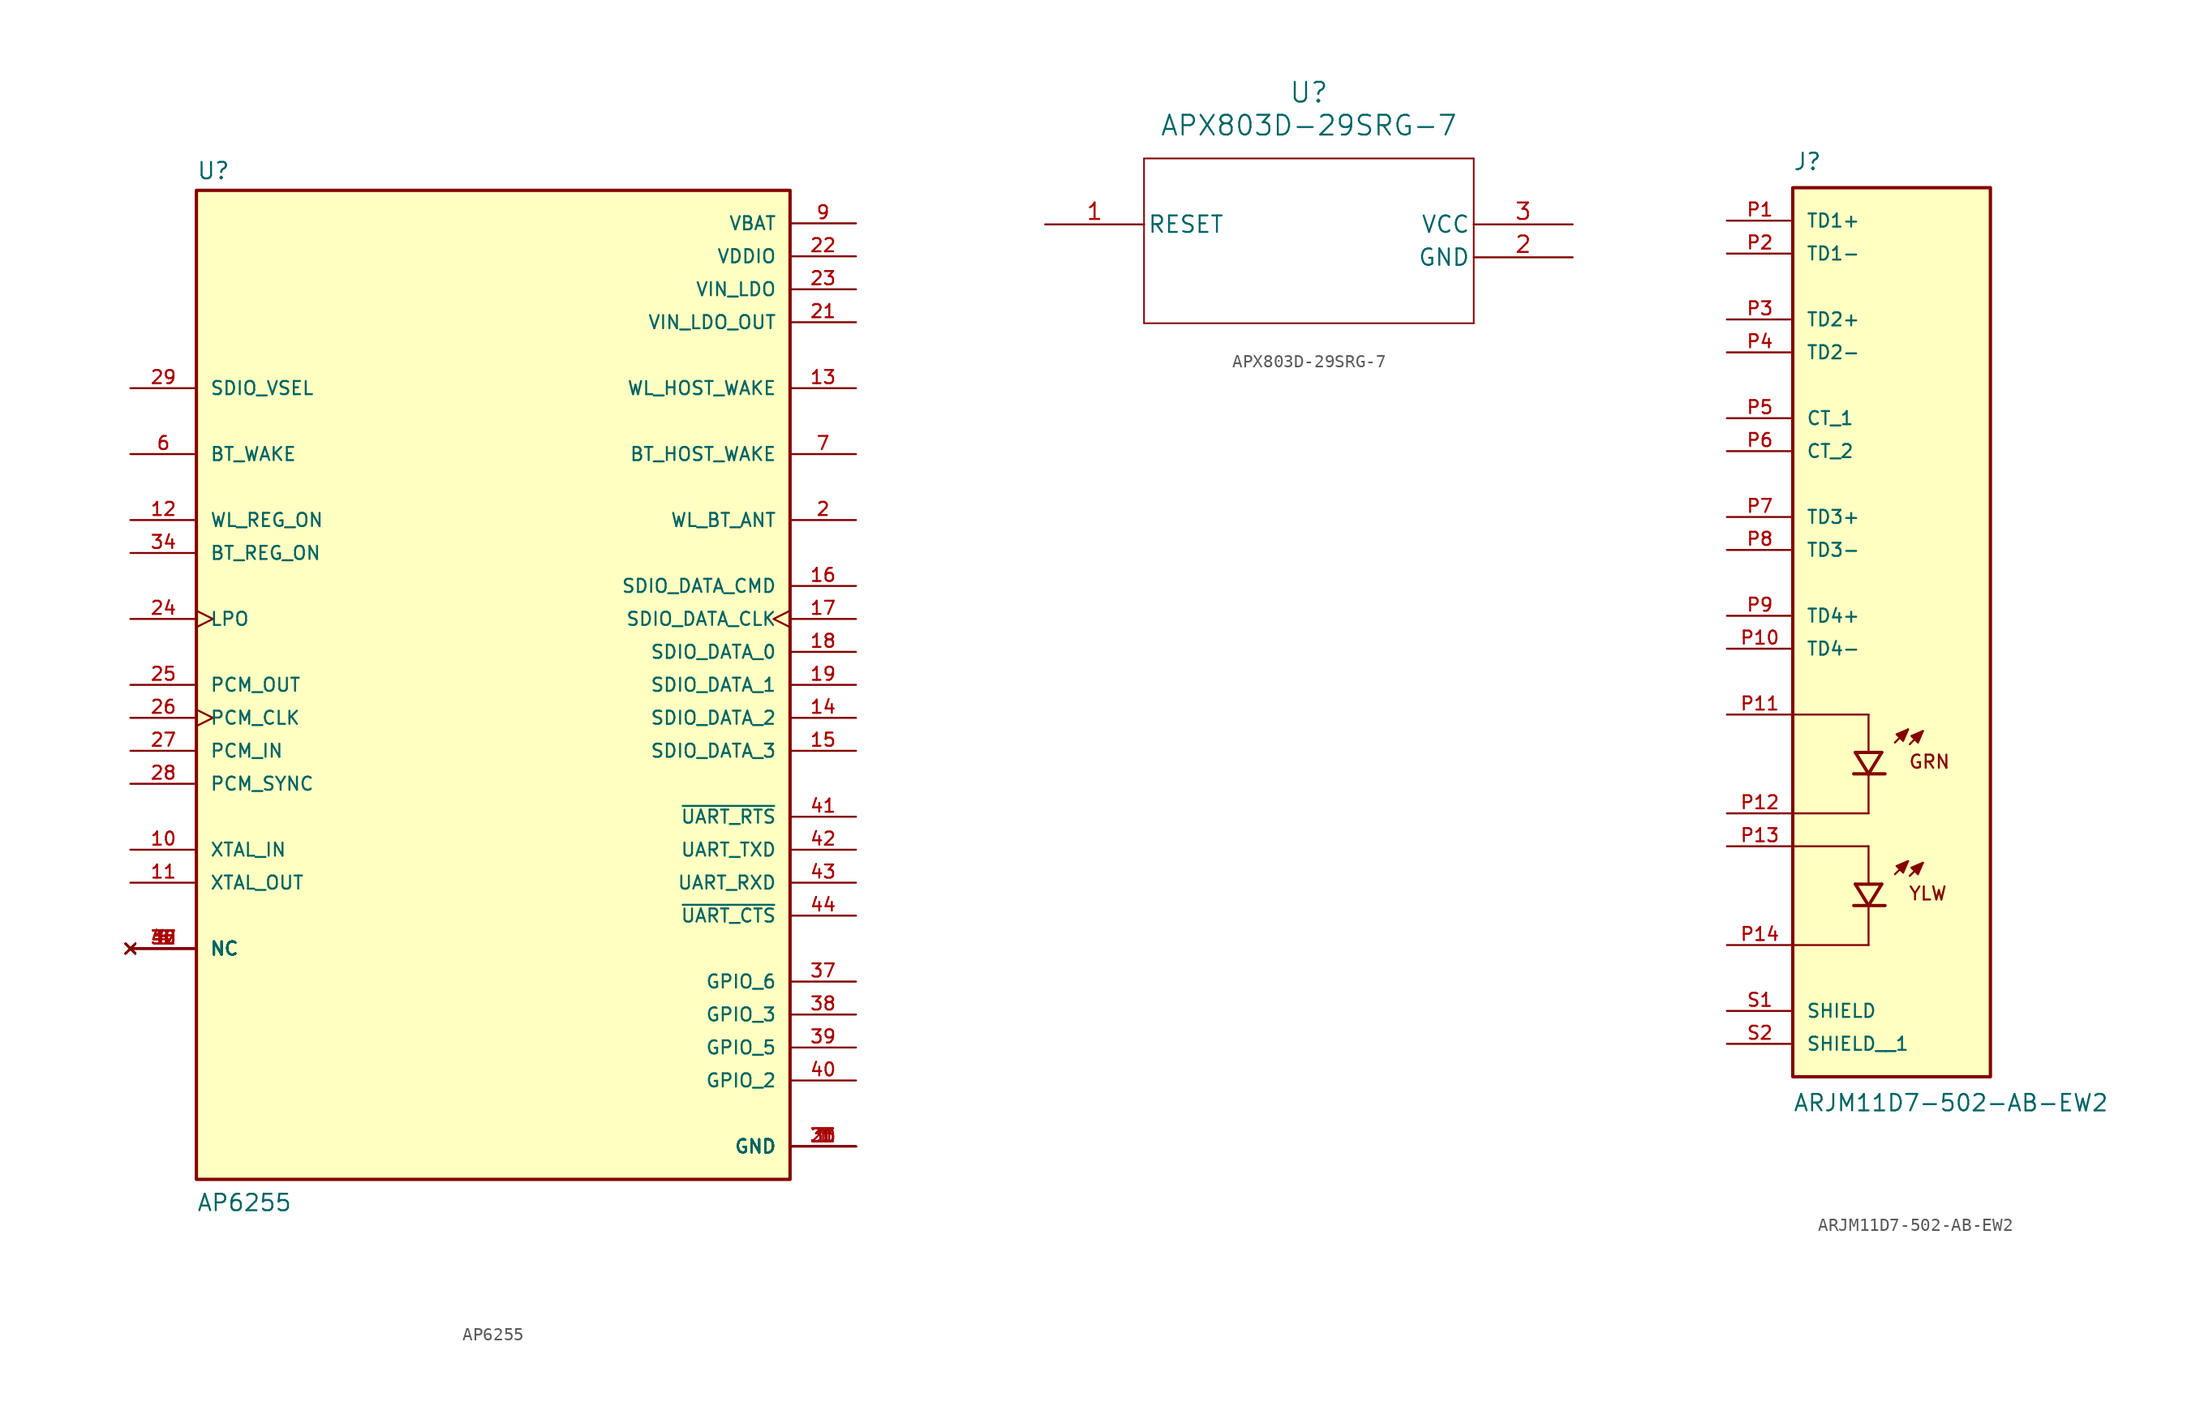
<source format=kicad_sym>
(kicad_symbol_lib
  (version 20231120)
  (generator "kicad_symbol_editor")
  (generator_version "8.0")
  (symbol "AP6255"
    (pin_names
      (offset 1.016))
    (property "Reference" "U"
      (at -22.86 38.862 0)
      (effects (font (size 1.27 1.27)) (justify left bottom)))
    (property "Value" "AP6255"
      (at -22.86 -40.64 0)
      (effects (font (size 1.27 1.27)) (justify left bottom)))
    (symbol "AP6255_0_0"
      (rectangle (start -22.86 -38.1) (end 22.86 38.1) (stroke (width 0.254) (type default)) (fill (type background)))
      (pin power_in line (at 27.94 -35.56 180) (length 5.08) (name "GND" (effects (font (size 1.016 1.016)))) (number "1" (effects (font (size 1.016 1.016)))))
      (pin input line (at -27.94 -12.7 0) (length 5.08) (name "XTAL_IN" (effects (font (size 1.016 1.016)))) (number "10" (effects (font (size 1.016 1.016)))))
      (pin output line (at -27.94 -15.24 0) (length 5.08) (name "XTAL_OUT" (effects (font (size 1.016 1.016)))) (number "11" (effects (font (size 1.016 1.016)))))
      (pin input line (at -27.94 12.7 0) (length 5.08) (name "WL_REG_ON" (effects (font (size 1.016 1.016)))) (number "12" (effects (font (size 1.016 1.016)))))
      (pin output line (at 27.94 22.86 180) (length 5.08) (name "WL_HOST_WAKE" (effects (font (size 1.016 1.016)))) (number "13" (effects (font (size 1.016 1.016)))))
      (pin bidirectional line (at 27.94 -2.54 180) (length 5.08) (name "SDIO_DATA_2" (effects (font (size 1.016 1.016)))) (number "14" (effects (font (size 1.016 1.016)))))
      (pin bidirectional line (at 27.94 -5.08 180) (length 5.08) (name "SDIO_DATA_3" (effects (font (size 1.016 1.016)))) (number "15" (effects (font (size 1.016 1.016)))))
      (pin bidirectional line (at 27.94 7.62 180) (length 5.08) (name "SDIO_DATA_CMD" (effects (font (size 1.016 1.016)))) (number "16" (effects (font (size 1.016 1.016)))))
      (pin bidirectional clock (at 27.94 5.08 180) (length 5.08) (name "SDIO_DATA_CLK" (effects (font (size 1.016 1.016)))) (number "17" (effects (font (size 1.016 1.016)))))
      (pin bidirectional line (at 27.94 2.54 180) (length 5.08) (name "SDIO_DATA_0" (effects (font (size 1.016 1.016)))) (number "18" (effects (font (size 1.016 1.016)))))
      (pin bidirectional line (at 27.94 0 180) (length 5.08) (name "SDIO_DATA_1" (effects (font (size 1.016 1.016)))) (number "19" (effects (font (size 1.016 1.016)))))
      (pin bidirectional line (at 27.94 12.7 180) (length 5.08) (name "WL_BT_ANT" (effects (font (size 1.016 1.016)))) (number "2" (effects (font (size 1.016 1.016)))))
      (pin power_in line (at 27.94 -35.56 180) (length 5.08) (name "GND" (effects (font (size 1.016 1.016)))) (number "20" (effects (font (size 1.016 1.016)))))
      (pin power_in line (at 27.94 27.94 180) (length 5.08) (name "VIN_LDO_OUT" (effects (font (size 1.016 1.016)))) (number "21" (effects (font (size 1.016 1.016)))))
      (pin power_in line (at 27.94 33.02 180) (length 5.08) (name "VDDIO" (effects (font (size 1.016 1.016)))) (number "22" (effects (font (size 1.016 1.016)))))
      (pin power_in line (at 27.94 30.48 180) (length 5.08) (name "VIN_LDO" (effects (font (size 1.016 1.016)))) (number "23" (effects (font (size 1.016 1.016)))))
      (pin input clock (at -27.94 5.08 0) (length 5.08) (name "LPO" (effects (font (size 1.016 1.016)))) (number "24" (effects (font (size 1.016 1.016)))))
      (pin output line (at -27.94 0 0) (length 5.08) (name "PCM_OUT" (effects (font (size 1.016 1.016)))) (number "25" (effects (font (size 1.016 1.016)))))
      (pin bidirectional clock (at -27.94 -2.54 0) (length 5.08) (name "PCM_CLK" (effects (font (size 1.016 1.016)))) (number "26" (effects (font (size 1.016 1.016)))))
      (pin input line (at -27.94 -5.08 0) (length 5.08) (name "PCM_IN" (effects (font (size 1.016 1.016)))) (number "27" (effects (font (size 1.016 1.016)))))
      (pin bidirectional line (at -27.94 -7.62 0) (length 5.08) (name "PCM_SYNC" (effects (font (size 1.016 1.016)))) (number "28" (effects (font (size 1.016 1.016)))))
      (pin input line (at -27.94 22.86 0) (length 5.08) (name "SDIO_VSEL" (effects (font (size 1.016 1.016)))) (number "29" (effects (font (size 1.016 1.016)))))
      (pin power_in line (at 27.94 -35.56 180) (length 5.08) (name "GND" (effects (font (size 1.016 1.016)))) (number "3" (effects (font (size 1.016 1.016)))))
      (pin no_connect line (at -27.94 -20.32 0) (length 5.08) (name "NC" (effects (font (size 1.016 1.016)))) (number "30" (effects (font (size 1.016 1.016)))))
      (pin power_in line (at 27.94 -35.56 180) (length 5.08) (name "GND" (effects (font (size 1.016 1.016)))) (number "31" (effects (font (size 1.016 1.016)))))
      (pin no_connect line (at -27.94 -20.32 0) (length 5.08) (name "NC" (effects (font (size 1.016 1.016)))) (number "32" (effects (font (size 1.016 1.016)))))
      (pin power_in line (at 27.94 -35.56 180) (length 5.08) (name "GND" (effects (font (size 1.016 1.016)))) (number "33" (effects (font (size 1.016 1.016)))))
      (pin input line (at -27.94 10.16 0) (length 5.08) (name "BT_REG_ON" (effects (font (size 1.016 1.016)))) (number "34" (effects (font (size 1.016 1.016)))))
      (pin no_connect line (at -27.94 -20.32 0) (length 5.08) (name "NC" (effects (font (size 1.016 1.016)))) (number "35" (effects (font (size 1.016 1.016)))))
      (pin power_in line (at 27.94 -35.56 180) (length 5.08) (name "GND" (effects (font (size 1.016 1.016)))) (number "36" (effects (font (size 1.016 1.016)))))
      (pin bidirectional line (at 27.94 -22.86 180) (length 5.08) (name "GPIO_6" (effects (font (size 1.016 1.016)))) (number "37" (effects (font (size 1.016 1.016)))))
      (pin bidirectional line (at 27.94 -25.4 180) (length 5.08) (name "GPIO_3" (effects (font (size 1.016 1.016)))) (number "38" (effects (font (size 1.016 1.016)))))
      (pin bidirectional line (at 27.94 -27.94 180) (length 5.08) (name "GPIO_5" (effects (font (size 1.016 1.016)))) (number "39" (effects (font (size 1.016 1.016)))))
      (pin no_connect line (at -27.94 -20.32 0) (length 5.08) (name "NC" (effects (font (size 1.016 1.016)))) (number "4" (effects (font (size 1.016 1.016)))))
      (pin bidirectional line (at 27.94 -30.48 180) (length 5.08) (name "GPIO_2" (effects (font (size 1.016 1.016)))) (number "40" (effects (font (size 1.016 1.016)))))
      (pin output line (at 27.94 -10.16 180) (length 5.08) (name "~{UART_RTS}" (effects (font (size 1.016 1.016)))) (number "41" (effects (font (size 1.016 1.016)))))
      (pin output line (at 27.94 -12.7 180) (length 5.08) (name "UART_TXD" (effects (font (size 1.016 1.016)))) (number "42" (effects (font (size 1.016 1.016)))))
      (pin input line (at 27.94 -15.24 180) (length 5.08) (name "UART_RXD" (effects (font (size 1.016 1.016)))) (number "43" (effects (font (size 1.016 1.016)))))
      (pin input line (at 27.94 -17.78 180) (length 5.08) (name "~{UART_CTS}" (effects (font (size 1.016 1.016)))) (number "44" (effects (font (size 1.016 1.016)))))
      (pin no_connect line (at -27.94 -20.32 0) (length 5.08) (name "NC" (effects (font (size 1.016 1.016)))) (number "45" (effects (font (size 1.016 1.016)))))
      (pin no_connect line (at -27.94 -20.32 0) (length 5.08) (name "NC" (effects (font (size 1.016 1.016)))) (number "46" (effects (font (size 1.016 1.016)))))
      (pin no_connect line (at -27.94 -20.32 0) (length 5.08) (name "NC" (effects (font (size 1.016 1.016)))) (number "47" (effects (font (size 1.016 1.016)))))
      (pin no_connect line (at -27.94 -20.32 0) (length 5.08) (name "NC" (effects (font (size 1.016 1.016)))) (number "5" (effects (font (size 1.016 1.016)))))
      (pin input line (at -27.94 17.78 0) (length 5.08) (name "BT_WAKE" (effects (font (size 1.016 1.016)))) (number "6" (effects (font (size 1.016 1.016)))))
      (pin output line (at 27.94 17.78 180) (length 5.08) (name "BT_HOST_WAKE" (effects (font (size 1.016 1.016)))) (number "7" (effects (font (size 1.016 1.016)))))
      (pin no_connect line (at -27.94 -20.32 0) (length 5.08) (name "NC" (effects (font (size 1.016 1.016)))) (number "8" (effects (font (size 1.016 1.016)))))
      (pin power_in line (at 27.94 35.56 180) (length 5.08) (name "VBAT" (effects (font (size 1.016 1.016)))) (number "9" (effects (font (size 1.016 1.016)))))))
  (symbol "APX803D-29SRG-7"
    (pin_names
      (offset 0.254))
    (property "Reference" "U"
      (at 0.254 10.16 0)
      (effects (font (size 1.524 1.524))))
    (property "Value" "APX803D-29SRG-7"
      (at 0.254 7.62 0)
      (effects (font (size 1.524 1.524))))
    (symbol "APX803D-29SRG-7_0_1"
      (polyline (pts (xy -12.446 -7.62) (xy 12.954 -7.62)) (stroke (width 0.127) (type default)) (fill (type none)))
      (polyline (pts (xy -12.446 5.08) (xy -12.446 -7.62)) (stroke (width 0.127) (type default)) (fill (type none)))
      (polyline (pts (xy 12.954 -7.62) (xy 12.954 5.08)) (stroke (width 0.127) (type default)) (fill (type none)))
      (polyline (pts (xy 12.954 5.08) (xy -12.446 5.08)) (stroke (width 0.127) (type default)) (fill (type none)))
      (pin output line (at -20.066 0 0) (length 7.62) (name "RESET" (effects (font (size 1.27 1.27)))) (number "1" (effects (font (size 1.27 1.27)))))
      (pin power_out line (at 20.574 -2.54 180) (length 7.62) (name "GND" (effects (font (size 1.27 1.27)))) (number "2" (effects (font (size 1.27 1.27)))))
      (pin power_in line (at 20.574 0 180) (length 7.62) (name "VCC" (effects (font (size 1.27 1.27)))) (number "3" (effects (font (size 1.27 1.27)))))))
  (symbol "ARJM11D7-502-AB-EW2"
    (pin_names
      (offset 1.016))
    (property "Reference" "J"
      (at -7.62 34.29 0)
      (effects (font (size 1.27 1.27)) (justify left bottom)))
    (property "Value" "ARJM11D7-502-AB-EW2"
      (at -7.62 -36.83 0)
      (effects (font (size 1.27 1.27)) (justify left top)))
    (symbol "ARJM11D7-502-AB-EW2_0_0"
      (rectangle (start -7.62 -35.56) (end 7.62 33.02) (stroke (width 0.254) (type default)) (fill (type background)))
      (polyline (pts (xy -2.921 -22.352) (xy -1.778 -22.352)) (stroke (width 0.254) (type default)) (fill (type none)))
      (polyline (pts (xy -2.921 -12.192) (xy -1.778 -12.192)) (stroke (width 0.254) (type default)) (fill (type none)))
      (polyline (pts (xy -2.794 -20.701) (xy -1.778 -22.352)) (stroke (width 0.254) (type default)) (fill (type none)))
      (polyline (pts (xy -2.794 -20.701) (xy -0.762 -20.701)) (stroke (width 0.254) (type default)) (fill (type none)))
      (polyline (pts (xy -2.794 -10.541) (xy -1.778 -12.192)) (stroke (width 0.254) (type default)) (fill (type none)))
      (polyline (pts (xy -2.794 -10.541) (xy -0.762 -10.541)) (stroke (width 0.254) (type default)) (fill (type none)))
      (polyline (pts (xy -1.778 -25.4) (xy -7.62 -25.4)) (stroke (width 0.152) (type default)) (fill (type none)))
      (polyline (pts (xy -1.778 -22.479) (xy -1.778 -25.4)) (stroke (width 0.152) (type default)) (fill (type none)))
      (polyline (pts (xy -1.778 -22.352) (xy -0.762 -20.701)) (stroke (width 0.254) (type default)) (fill (type none)))
      (polyline (pts (xy -1.778 -22.352) (xy -0.508 -22.352)) (stroke (width 0.254) (type default)) (fill (type none)))
      (polyline (pts (xy -1.778 -17.78) (xy -7.62 -17.78)) (stroke (width 0.152) (type default)) (fill (type none)))
      (polyline (pts (xy -1.778 -17.78) (xy -1.778 -20.574)) (stroke (width 0.152) (type default)) (fill (type none)))
      (polyline (pts (xy -1.778 -15.24) (xy -7.62 -15.24)) (stroke (width 0.152) (type default)) (fill (type none)))
      (polyline (pts (xy -1.778 -12.319) (xy -1.778 -15.24)) (stroke (width 0.152) (type default)) (fill (type none)))
      (polyline (pts (xy -1.778 -12.192) (xy -0.762 -10.541)) (stroke (width 0.254) (type default)) (fill (type none)))
      (polyline (pts (xy -1.778 -12.192) (xy -0.508 -12.192)) (stroke (width 0.254) (type default)) (fill (type none)))
      (polyline (pts (xy -1.778 -7.62) (xy -7.62 -7.62)) (stroke (width 0.152) (type default)) (fill (type none)))
      (polyline (pts (xy -1.778 -7.62) (xy -1.778 -10.414)) (stroke (width 0.152) (type default)) (fill (type none)))
      (polyline (pts (xy 0.254 -19.939) (xy 1.27 -18.923)) (stroke (width 0.152) (type default)) (fill (type none)))
      (polyline (pts (xy 0.254 -9.779) (xy 1.27 -8.763)) (stroke (width 0.152) (type default)) (fill (type none)))
      (polyline (pts (xy 1.397 -20.066) (xy 2.413 -19.05)) (stroke (width 0.152) (type default)) (fill (type none)))
      (polyline (pts (xy 1.397 -9.906) (xy 2.413 -8.89)) (stroke (width 0.152) (type default)) (fill (type none)))
      (polyline (pts (xy 1.27 -18.923) (xy 0.381 -19.304) (xy 0.889 -19.812) (xy 1.27 -18.923)) (stroke (width 0.152) (type default)) (fill (type outline)))
      (polyline (pts (xy 1.27 -8.763) (xy 0.381 -9.144) (xy 0.889 -9.652) (xy 1.27 -8.763)) (stroke (width 0.152) (type default)) (fill (type outline)))
      (polyline (pts (xy 2.413 -19.05) (xy 1.524 -19.431) (xy 2.032 -19.939) (xy 2.413 -19.05)) (stroke (width 0.152) (type default)) (fill (type outline)))
      (polyline (pts (xy 2.413 -8.89) (xy 1.524 -9.271) (xy 2.032 -9.779) (xy 2.413 -8.89)) (stroke (width 0.152) (type default)) (fill (type outline)))
      (text "GRN" (at 1.27 -10.668 0) (effects (font (size 1.016 1.016)) (justify left top)))
      (text "YLW" (at 1.27 -20.828 0) (effects (font (size 1.016 1.016)) (justify left top)))
      (pin passive line (at -12.7 30.48 0) (length 5.08) (name "TD1+" (effects (font (size 1.016 1.016)))) (number "P1" (effects (font (size 1.016 1.016)))))
      (pin passive line (at -12.7 -2.54 0) (length 5.08) (name "TD4-" (effects (font (size 1.016 1.016)))) (number "P10" (effects (font (size 1.016 1.016)))))
      (pin passive line (at -12.7 -7.62 0) (length 5.08) (name "~" (effects (font (size 1.016 1.016)))) (number "P11" (effects (font (size 1.016 1.016)))))
      (pin passive line (at -12.7 -15.24 0) (length 5.08) (name "~" (effects (font (size 1.016 1.016)))) (number "P12" (effects (font (size 1.016 1.016)))))
      (pin passive line (at -12.7 -17.78 0) (length 5.08) (name "~" (effects (font (size 1.016 1.016)))) (number "P13" (effects (font (size 1.016 1.016)))))
      (pin passive line (at -12.7 -25.4 0) (length 5.08) (name "~" (effects (font (size 1.016 1.016)))) (number "P14" (effects (font (size 1.016 1.016)))))
      (pin passive line (at -12.7 27.94 0) (length 5.08) (name "TD1-" (effects (font (size 1.016 1.016)))) (number "P2" (effects (font (size 1.016 1.016)))))
      (pin passive line (at -12.7 22.86 0) (length 5.08) (name "TD2+" (effects (font (size 1.016 1.016)))) (number "P3" (effects (font (size 1.016 1.016)))))
      (pin passive line (at -12.7 20.32 0) (length 5.08) (name "TD2-" (effects (font (size 1.016 1.016)))) (number "P4" (effects (font (size 1.016 1.016)))))
      (pin passive line (at -12.7 15.24 0) (length 5.08) (name "CT_1" (effects (font (size 1.016 1.016)))) (number "P5" (effects (font (size 1.016 1.016)))))
      (pin passive line (at -12.7 12.7 0) (length 5.08) (name "CT_2" (effects (font (size 1.016 1.016)))) (number "P6" (effects (font (size 1.016 1.016)))))
      (pin passive line (at -12.7 7.62 0) (length 5.08) (name "TD3+" (effects (font (size 1.016 1.016)))) (number "P7" (effects (font (size 1.016 1.016)))))
      (pin passive line (at -12.7 5.08 0) (length 5.08) (name "TD3-" (effects (font (size 1.016 1.016)))) (number "P8" (effects (font (size 1.016 1.016)))))
      (pin passive line (at -12.7 0 0) (length 5.08) (name "TD4+" (effects (font (size 1.016 1.016)))) (number "P9" (effects (font (size 1.016 1.016)))))
      (pin passive line (at -12.7 -30.48 0) (length 5.08) (name "SHIELD" (effects (font (size 1.016 1.016)))) (number "S1" (effects (font (size 1.016 1.016)))))
      (pin passive line (at -12.7 -33.02 0) (length 5.08) (name "SHIELD__1" (effects (font (size 1.016 1.016)))) (number "S2" (effects (font (size 1.016 1.016))))))))
</source>
